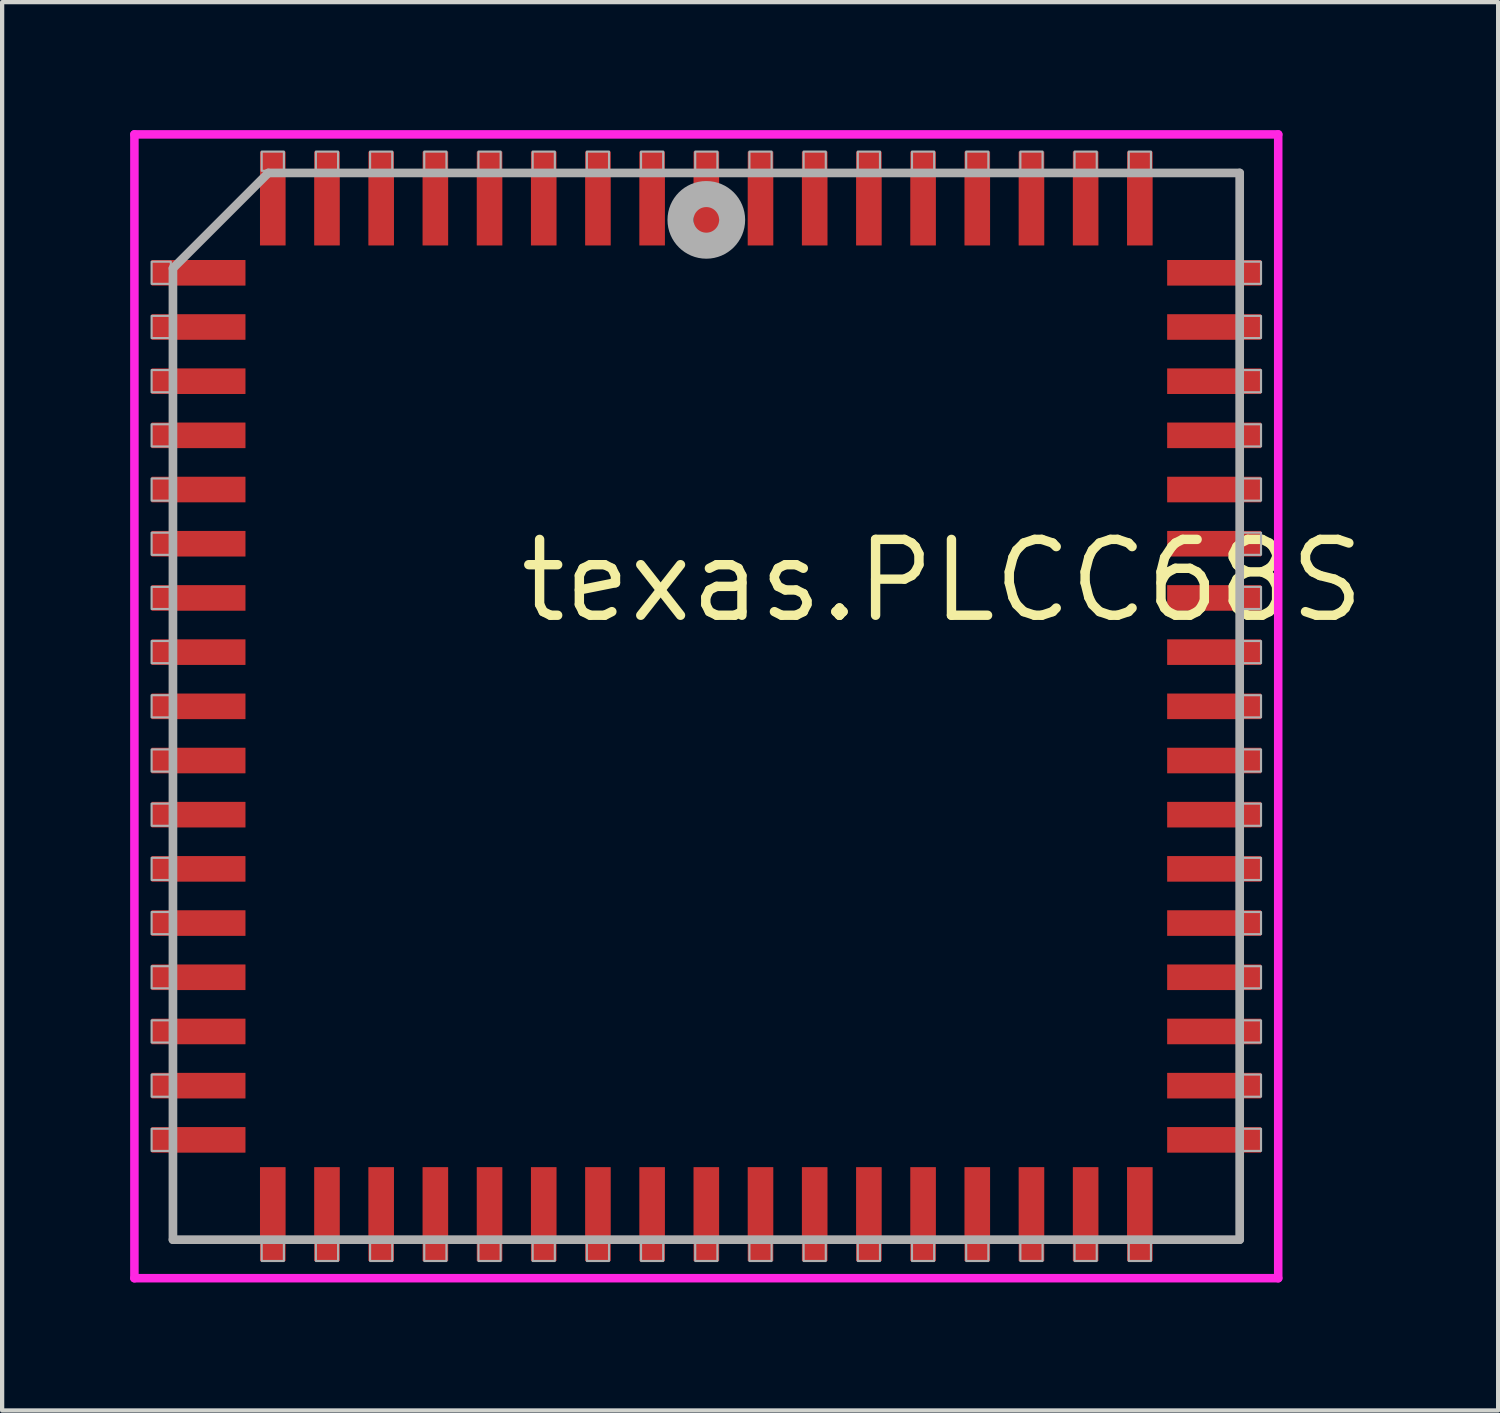
<source format=kicad_pcb>
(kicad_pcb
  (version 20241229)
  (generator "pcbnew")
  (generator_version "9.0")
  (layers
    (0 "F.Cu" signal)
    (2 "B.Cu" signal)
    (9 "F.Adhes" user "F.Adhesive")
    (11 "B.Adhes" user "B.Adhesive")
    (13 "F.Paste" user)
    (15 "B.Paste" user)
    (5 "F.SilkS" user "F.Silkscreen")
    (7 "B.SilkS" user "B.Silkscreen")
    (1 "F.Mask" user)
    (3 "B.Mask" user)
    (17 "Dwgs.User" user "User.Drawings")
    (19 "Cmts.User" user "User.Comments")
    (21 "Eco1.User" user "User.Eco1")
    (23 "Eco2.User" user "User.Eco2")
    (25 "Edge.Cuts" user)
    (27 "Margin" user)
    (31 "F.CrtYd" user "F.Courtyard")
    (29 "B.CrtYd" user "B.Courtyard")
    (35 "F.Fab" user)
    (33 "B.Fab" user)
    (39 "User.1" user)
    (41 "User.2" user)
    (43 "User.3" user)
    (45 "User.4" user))
  (footprint "texas.PLCC68S"
    (layer "F.Cu")
    (at 13.503 13.503)
    (property "Reference" "texas.PLCC68S" (at -4.475 -1.905 0) (layer "F.SilkS") (effects (font (size 1.778 1.778) (thickness 0.22)) (justify left bottom)))
    (attr smd)
    (fp_line (start -13.403 -13.403) (end 13.403 -13.403) (stroke (width 0.2) (type default)) (layer "F.CrtYd"))
    (fp_line (start -13.403 13.403) (end -13.403 -13.403) (stroke (width 0.2) (type default)) (layer "F.CrtYd"))
    (fp_line (start 13.403 -13.403) (end 13.403 13.403) (stroke (width 0.2) (type default)) (layer "F.CrtYd"))
    (fp_line (start 13.403 13.403) (end -13.403 13.403) (stroke (width 0.2) (type default)) (layer "F.CrtYd"))
    (fp_line (start -12.5 -10.265) (end -12.5 12.5) (stroke (width 0.203) (type default)) (layer "F.Fab"))
    (fp_line (start -12.5 12.5) (end 12.5 12.5) (stroke (width 0.203) (type default)) (layer "F.Fab"))
    (fp_line (start -10.265 -12.5) (end -12.5 -10.265) (stroke (width 0.203) (type default)) (layer "F.Fab"))
    (fp_line (start 12.5 -12.5) (end -10.265 -12.5) (stroke (width 0.203) (type default)) (layer "F.Fab"))
    (fp_line (start 12.5 12.5) (end 12.5 -12.5) (stroke (width 0.203) (type default)) (layer "F.Fab"))
    (fp_rect (start -13 -9.9) (end -12.55 -10.42) (stroke (width 0.05) (type default)) (fill no) (layer "F.Fab"))
    (fp_rect (start -13 -8.63) (end -12.55 -9.15) (stroke (width 0.05) (type default)) (fill no) (layer "F.Fab"))
    (fp_rect (start -13 -7.36) (end -12.55 -7.88) (stroke (width 0.05) (type default)) (fill no) (layer "F.Fab"))
    (fp_rect (start -13 -6.09) (end -12.55 -6.61) (stroke (width 0.05) (type default)) (fill no) (layer "F.Fab"))
    (fp_rect (start -13 -4.82) (end -12.55 -5.34) (stroke (width 0.05) (type default)) (fill no) (layer "F.Fab"))
    (fp_rect (start -13 -3.55) (end -12.55 -4.07) (stroke (width 0.05) (type default)) (fill no) (layer "F.Fab"))
    (fp_rect (start -13 -2.28) (end -12.55 -2.8) (stroke (width 0.05) (type default)) (fill no) (layer "F.Fab"))
    (fp_rect (start -13 -1.01) (end -12.55 -1.53) (stroke (width 0.05) (type default)) (fill no) (layer "F.Fab"))
    (fp_rect (start -13 0.26) (end -12.55 -0.26) (stroke (width 0.05) (type default)) (fill no) (layer "F.Fab"))
    (fp_rect (start -13 1.53) (end -12.55 1.01) (stroke (width 0.05) (type default)) (fill no) (layer "F.Fab"))
    (fp_rect (start -13 2.8) (end -12.55 2.28) (stroke (width 0.05) (type default)) (fill no) (layer "F.Fab"))
    (fp_rect (start -13 4.07) (end -12.55 3.55) (stroke (width 0.05) (type default)) (fill no) (layer "F.Fab"))
    (fp_rect (start -13 5.34) (end -12.55 4.82) (stroke (width 0.05) (type default)) (fill no) (layer "F.Fab"))
    (fp_rect (start -13 6.61) (end -12.55 6.09) (stroke (width 0.05) (type default)) (fill no) (layer "F.Fab"))
    (fp_rect (start -13 7.88) (end -12.55 7.36) (stroke (width 0.05) (type default)) (fill no) (layer "F.Fab"))
    (fp_rect (start -13 9.15) (end -12.55 8.63) (stroke (width 0.05) (type default)) (fill no) (layer "F.Fab"))
    (fp_rect (start -13 10.42) (end -12.55 9.9) (stroke (width 0.05) (type default)) (fill no) (layer "F.Fab"))
    (fp_rect (start -10.42 -12.55) (end -9.9 -13) (stroke (width 0.05) (type default)) (fill no) (layer "F.Fab"))
    (fp_rect (start -10.42 13) (end -9.9 12.55) (stroke (width 0.05) (type default)) (fill no) (layer "F.Fab"))
    (fp_rect (start -9.15 -12.55) (end -8.63 -13) (stroke (width 0.05) (type default)) (fill no) (layer "F.Fab"))
    (fp_rect (start -9.15 13) (end -8.63 12.55) (stroke (width 0.05) (type default)) (fill no) (layer "F.Fab"))
    (fp_rect (start -7.88 -12.55) (end -7.36 -13) (stroke (width 0.05) (type default)) (fill no) (layer "F.Fab"))
    (fp_rect (start -7.88 13) (end -7.36 12.55) (stroke (width 0.05) (type default)) (fill no) (layer "F.Fab"))
    (fp_rect (start -6.61 -12.55) (end -6.09 -13) (stroke (width 0.05) (type default)) (fill no) (layer "F.Fab"))
    (fp_rect (start -6.61 13) (end -6.09 12.55) (stroke (width 0.05) (type default)) (fill no) (layer "F.Fab"))
    (fp_rect (start -5.34 -12.55) (end -4.82 -13) (stroke (width 0.05) (type default)) (fill no) (layer "F.Fab"))
    (fp_rect (start -5.34 13) (end -4.82 12.55) (stroke (width 0.05) (type default)) (fill no) (layer "F.Fab"))
    (fp_rect (start -4.07 -12.55) (end -3.55 -13) (stroke (width 0.05) (type default)) (fill no) (layer "F.Fab"))
    (fp_rect (start -4.07 13) (end -3.55 12.55) (stroke (width 0.05) (type default)) (fill no) (layer "F.Fab"))
    (fp_rect (start -2.8 -12.55) (end -2.28 -13) (stroke (width 0.05) (type default)) (fill no) (layer "F.Fab"))
    (fp_rect (start -2.8 13) (end -2.28 12.55) (stroke (width 0.05) (type default)) (fill no) (layer "F.Fab"))
    (fp_rect (start -1.53 -12.55) (end -1.01 -13) (stroke (width 0.05) (type default)) (fill no) (layer "F.Fab"))
    (fp_rect (start -1.53 13) (end -1.01 12.55) (stroke (width 0.05) (type default)) (fill no) (layer "F.Fab"))
    (fp_rect (start -0.26 -12.55) (end 0.26 -13) (stroke (width 0.05) (type default)) (fill no) (layer "F.Fab"))
    (fp_rect (start -0.26 13) (end 0.26 12.55) (stroke (width 0.05) (type default)) (fill no) (layer "F.Fab"))
    (fp_rect (start 1.01 -12.55) (end 1.53 -13) (stroke (width 0.05) (type default)) (fill no) (layer "F.Fab"))
    (fp_rect (start 1.01 13) (end 1.53 12.55) (stroke (width 0.05) (type default)) (fill no) (layer "F.Fab"))
    (fp_rect (start 2.28 -12.55) (end 2.8 -13) (stroke (width 0.05) (type default)) (fill no) (layer "F.Fab"))
    (fp_rect (start 2.28 13) (end 2.8 12.55) (stroke (width 0.05) (type default)) (fill no) (layer "F.Fab"))
    (fp_rect (start 3.55 -12.55) (end 4.07 -13) (stroke (width 0.05) (type default)) (fill no) (layer "F.Fab"))
    (fp_rect (start 3.55 13) (end 4.07 12.55) (stroke (width 0.05) (type default)) (fill no) (layer "F.Fab"))
    (fp_rect (start 4.82 -12.55) (end 5.34 -13) (stroke (width 0.05) (type default)) (fill no) (layer "F.Fab"))
    (fp_rect (start 4.82 13) (end 5.34 12.55) (stroke (width 0.05) (type default)) (fill no) (layer "F.Fab"))
    (fp_rect (start 6.09 -12.55) (end 6.61 -13) (stroke (width 0.05) (type default)) (fill no) (layer "F.Fab"))
    (fp_rect (start 6.09 13) (end 6.61 12.55) (stroke (width 0.05) (type default)) (fill no) (layer "F.Fab"))
    (fp_rect (start 7.36 -12.55) (end 7.88 -13) (stroke (width 0.05) (type default)) (fill no) (layer "F.Fab"))
    (fp_rect (start 7.36 13) (end 7.88 12.55) (stroke (width 0.05) (type default)) (fill no) (layer "F.Fab"))
    (fp_rect (start 8.63 -12.55) (end 9.15 -13) (stroke (width 0.05) (type default)) (fill no) (layer "F.Fab"))
    (fp_rect (start 8.63 13) (end 9.15 12.55) (stroke (width 0.05) (type default)) (fill no) (layer "F.Fab"))
    (fp_rect (start 9.9 -12.55) (end 10.42 -13) (stroke (width 0.05) (type default)) (fill no) (layer "F.Fab"))
    (fp_rect (start 9.9 13) (end 10.42 12.55) (stroke (width 0.05) (type default)) (fill no) (layer "F.Fab"))
    (fp_rect (start 12.55 -9.9) (end 13 -10.42) (stroke (width 0.05) (type default)) (fill no) (layer "F.Fab"))
    (fp_rect (start 12.55 -8.63) (end 13 -9.15) (stroke (width 0.05) (type default)) (fill no) (layer "F.Fab"))
    (fp_rect (start 12.55 -7.36) (end 13 -7.88) (stroke (width 0.05) (type default)) (fill no) (layer "F.Fab"))
    (fp_rect (start 12.55 -6.09) (end 13 -6.61) (stroke (width 0.05) (type default)) (fill no) (layer "F.Fab"))
    (fp_rect (start 12.55 -4.82) (end 13 -5.34) (stroke (width 0.05) (type default)) (fill no) (layer "F.Fab"))
    (fp_rect (start 12.55 -3.55) (end 13 -4.07) (stroke (width 0.05) (type default)) (fill no) (layer "F.Fab"))
    (fp_rect (start 12.55 -2.28) (end 13 -2.8) (stroke (width 0.05) (type default)) (fill no) (layer "F.Fab"))
    (fp_rect (start 12.55 -1.01) (end 13 -1.53) (stroke (width 0.05) (type default)) (fill no) (layer "F.Fab"))
    (fp_rect (start 12.55 0.26) (end 13 -0.26) (stroke (width 0.05) (type default)) (fill no) (layer "F.Fab"))
    (fp_rect (start 12.55 1.53) (end 13 1.01) (stroke (width 0.05) (type default)) (fill no) (layer "F.Fab"))
    (fp_rect (start 12.55 2.8) (end 13 2.28) (stroke (width 0.05) (type default)) (fill no) (layer "F.Fab"))
    (fp_rect (start 12.55 4.07) (end 13 3.55) (stroke (width 0.05) (type default)) (fill no) (layer "F.Fab"))
    (fp_rect (start 12.55 5.34) (end 13 4.82) (stroke (width 0.05) (type default)) (fill no) (layer "F.Fab"))
    (fp_rect (start 12.55 6.61) (end 13 6.09) (stroke (width 0.05) (type default)) (fill no) (layer "F.Fab"))
    (fp_rect (start 12.55 7.88) (end 13 7.36) (stroke (width 0.05) (type default)) (fill no) (layer "F.Fab"))
    (fp_rect (start 12.55 9.15) (end 13 8.63) (stroke (width 0.05) (type default)) (fill no) (layer "F.Fab"))
    (fp_rect (start 12.55 10.42) (end 13 9.9) (stroke (width 0.05) (type default)) (fill no) (layer "F.Fab"))
    (fp_circle (center 0 -11.4) (end 0.3 -11.4) (stroke (width 0.61) (type default)) (fill no) (layer "F.Fab"))
    (pad "1" smd roundrect (at 0 -11.9) (size 0.6 2.2) (layers "F.Cu" "F.Mask" "F.Paste") (roundrect_rratio 0.01))
    (pad "2" smd roundrect (at -1.27 -11.9) (size 0.6 2.2) (layers "F.Cu" "F.Mask" "F.Paste") (roundrect_rratio 0.01))
    (pad "3" smd roundrect (at -2.54 -11.9) (size 0.6 2.2) (layers "F.Cu" "F.Mask" "F.Paste") (roundrect_rratio 0.01))
    (pad "4" smd roundrect (at -3.81 -11.9) (size 0.6 2.2) (layers "F.Cu" "F.Mask" "F.Paste") (roundrect_rratio 0.01))
    (pad "5" smd roundrect (at -5.08 -11.9) (size 0.6 2.2) (layers "F.Cu" "F.Mask" "F.Paste") (roundrect_rratio 0.01))
    (pad "6" smd roundrect (at -6.35 -11.9) (size 0.6 2.2) (layers "F.Cu" "F.Mask" "F.Paste") (roundrect_rratio 0.01))
    (pad "7" smd roundrect (at -7.62 -11.9) (size 0.6 2.2) (layers "F.Cu" "F.Mask" "F.Paste") (roundrect_rratio 0.01))
    (pad "8" smd roundrect (at -8.89 -11.9) (size 0.6 2.2) (layers "F.Cu" "F.Mask" "F.Paste") (roundrect_rratio 0.01))
    (pad "9" smd roundrect (at -10.16 -11.9) (size 0.6 2.2) (layers "F.Cu" "F.Mask" "F.Paste") (roundrect_rratio 0.01))
    (pad "10" smd roundrect (at -11.9 -10.16) (size 2.2 0.6) (layers "F.Cu" "F.Mask" "F.Paste") (roundrect_rratio 0.01))
    (pad "11" smd roundrect (at -11.9 -8.89) (size 2.2 0.6) (layers "F.Cu" "F.Mask" "F.Paste") (roundrect_rratio 0.01))
    (pad "12" smd roundrect (at -11.9 -7.62) (size 2.2 0.6) (layers "F.Cu" "F.Mask" "F.Paste") (roundrect_rratio 0.01))
    (pad "13" smd roundrect (at -11.9 -6.35) (size 2.2 0.6) (layers "F.Cu" "F.Mask" "F.Paste") (roundrect_rratio 0.01))
    (pad "14" smd roundrect (at -11.9 -5.08) (size 2.2 0.6) (layers "F.Cu" "F.Mask" "F.Paste") (roundrect_rratio 0.01))
    (pad "15" smd roundrect (at -11.9 -3.81) (size 2.2 0.6) (layers "F.Cu" "F.Mask" "F.Paste") (roundrect_rratio 0.01))
    (pad "16" smd roundrect (at -11.9 -2.54) (size 2.2 0.6) (layers "F.Cu" "F.Mask" "F.Paste") (roundrect_rratio 0.01))
    (pad "17" smd roundrect (at -11.9 -1.27) (size 2.2 0.6) (layers "F.Cu" "F.Mask" "F.Paste") (roundrect_rratio 0.01))
    (pad "18" smd roundrect (at -11.9 0) (size 2.2 0.6) (layers "F.Cu" "F.Mask" "F.Paste") (roundrect_rratio 0.01))
    (pad "19" smd roundrect (at -11.9 1.27) (size 2.2 0.6) (layers "F.Cu" "F.Mask" "F.Paste") (roundrect_rratio 0.01))
    (pad "20" smd roundrect (at -11.9 2.54) (size 2.2 0.6) (layers "F.Cu" "F.Mask" "F.Paste") (roundrect_rratio 0.01))
    (pad "21" smd roundrect (at -11.9 3.81) (size 2.2 0.6) (layers "F.Cu" "F.Mask" "F.Paste") (roundrect_rratio 0.01))
    (pad "22" smd roundrect (at -11.9 5.08) (size 2.2 0.6) (layers "F.Cu" "F.Mask" "F.Paste") (roundrect_rratio 0.01))
    (pad "23" smd roundrect (at -11.9 6.35) (size 2.2 0.6) (layers "F.Cu" "F.Mask" "F.Paste") (roundrect_rratio 0.01))
    (pad "24" smd roundrect (at -11.9 7.62) (size 2.2 0.6) (layers "F.Cu" "F.Mask" "F.Paste") (roundrect_rratio 0.01))
    (pad "25" smd roundrect (at -11.9 8.89) (size 2.2 0.6) (layers "F.Cu" "F.Mask" "F.Paste") (roundrect_rratio 0.01))
    (pad "26" smd roundrect (at -11.9 10.16) (size 2.2 0.6) (layers "F.Cu" "F.Mask" "F.Paste") (roundrect_rratio 0.01))
    (pad "27" smd roundrect (at -10.16 11.9) (size 0.6 2.2) (layers "F.Cu" "F.Mask" "F.Paste") (roundrect_rratio 0.01))
    (pad "28" smd roundrect (at -8.89 11.9) (size 0.6 2.2) (layers "F.Cu" "F.Mask" "F.Paste") (roundrect_rratio 0.01))
    (pad "29" smd roundrect (at -7.62 11.9) (size 0.6 2.2) (layers "F.Cu" "F.Mask" "F.Paste") (roundrect_rratio 0.01))
    (pad "30" smd roundrect (at -6.35 11.9) (size 0.6 2.2) (layers "F.Cu" "F.Mask" "F.Paste") (roundrect_rratio 0.01))
    (pad "31" smd roundrect (at -5.08 11.9) (size 0.6 2.2) (layers "F.Cu" "F.Mask" "F.Paste") (roundrect_rratio 0.01))
    (pad "32" smd roundrect (at -3.81 11.9) (size 0.6 2.2) (layers "F.Cu" "F.Mask" "F.Paste") (roundrect_rratio 0.01))
    (pad "33" smd roundrect (at -2.54 11.9) (size 0.6 2.2) (layers "F.Cu" "F.Mask" "F.Paste") (roundrect_rratio 0.01))
    (pad "34" smd roundrect (at -1.27 11.9) (size 0.6 2.2) (layers "F.Cu" "F.Mask" "F.Paste") (roundrect_rratio 0.01))
    (pad "35" smd roundrect (at 0 11.9) (size 0.6 2.2) (layers "F.Cu" "F.Mask" "F.Paste") (roundrect_rratio 0.01))
    (pad "36" smd roundrect (at 1.27 11.9) (size 0.6 2.2) (layers "F.Cu" "F.Mask" "F.Paste") (roundrect_rratio 0.01))
    (pad "37" smd roundrect (at 2.54 11.9) (size 0.6 2.2) (layers "F.Cu" "F.Mask" "F.Paste") (roundrect_rratio 0.01))
    (pad "38" smd roundrect (at 3.81 11.9) (size 0.6 2.2) (layers "F.Cu" "F.Mask" "F.Paste") (roundrect_rratio 0.01))
    (pad "39" smd roundrect (at 5.08 11.9) (size 0.6 2.2) (layers "F.Cu" "F.Mask" "F.Paste") (roundrect_rratio 0.01))
    (pad "40" smd roundrect (at 6.35 11.9) (size 0.6 2.2) (layers "F.Cu" "F.Mask" "F.Paste") (roundrect_rratio 0.01))
    (pad "41" smd roundrect (at 7.62 11.9) (size 0.6 2.2) (layers "F.Cu" "F.Mask" "F.Paste") (roundrect_rratio 0.01))
    (pad "42" smd roundrect (at 8.89 11.9) (size 0.6 2.2) (layers "F.Cu" "F.Mask" "F.Paste") (roundrect_rratio 0.01))
    (pad "43" smd roundrect (at 10.16 11.9) (size 0.6 2.2) (layers "F.Cu" "F.Mask" "F.Paste") (roundrect_rratio 0.01))
    (pad "44" smd roundrect (at 11.9 10.16) (size 2.2 0.6) (layers "F.Cu" "F.Mask" "F.Paste") (roundrect_rratio 0.01))
    (pad "45" smd roundrect (at 11.9 8.89) (size 2.2 0.6) (layers "F.Cu" "F.Mask" "F.Paste") (roundrect_rratio 0.01))
    (pad "46" smd roundrect (at 11.9 7.62) (size 2.2 0.6) (layers "F.Cu" "F.Mask" "F.Paste") (roundrect_rratio 0.01))
    (pad "47" smd roundrect (at 11.9 6.35) (size 2.2 0.6) (layers "F.Cu" "F.Mask" "F.Paste") (roundrect_rratio 0.01))
    (pad "48" smd roundrect (at 11.9 5.08) (size 2.2 0.6) (layers "F.Cu" "F.Mask" "F.Paste") (roundrect_rratio 0.01))
    (pad "49" smd roundrect (at 11.9 3.81) (size 2.2 0.6) (layers "F.Cu" "F.Mask" "F.Paste") (roundrect_rratio 0.01))
    (pad "50" smd roundrect (at 11.9 2.54) (size 2.2 0.6) (layers "F.Cu" "F.Mask" "F.Paste") (roundrect_rratio 0.01))
    (pad "51" smd roundrect (at 11.9 1.27) (size 2.2 0.6) (layers "F.Cu" "F.Mask" "F.Paste") (roundrect_rratio 0.01))
    (pad "52" smd roundrect (at 11.9 0) (size 2.2 0.6) (layers "F.Cu" "F.Mask" "F.Paste") (roundrect_rratio 0.01))
    (pad "53" smd roundrect (at 11.9 -1.27) (size 2.2 0.6) (layers "F.Cu" "F.Mask" "F.Paste") (roundrect_rratio 0.01))
    (pad "54" smd roundrect (at 11.9 -2.54) (size 2.2 0.6) (layers "F.Cu" "F.Mask" "F.Paste") (roundrect_rratio 0.01))
    (pad "55" smd roundrect (at 11.9 -3.81) (size 2.2 0.6) (layers "F.Cu" "F.Mask" "F.Paste") (roundrect_rratio 0.01))
    (pad "56" smd roundrect (at 11.9 -5.08) (size 2.2 0.6) (layers "F.Cu" "F.Mask" "F.Paste") (roundrect_rratio 0.01))
    (pad "57" smd roundrect (at 11.9 -6.35) (size 2.2 0.6) (layers "F.Cu" "F.Mask" "F.Paste") (roundrect_rratio 0.01))
    (pad "58" smd roundrect (at 11.9 -7.62) (size 2.2 0.6) (layers "F.Cu" "F.Mask" "F.Paste") (roundrect_rratio 0.01))
    (pad "59" smd roundrect (at 11.9 -8.89) (size 2.2 0.6) (layers "F.Cu" "F.Mask" "F.Paste") (roundrect_rratio 0.01))
    (pad "60" smd roundrect (at 11.9 -10.16) (size 2.2 0.6) (layers "F.Cu" "F.Mask" "F.Paste") (roundrect_rratio 0.01))
    (pad "61" smd roundrect (at 10.16 -11.9) (size 0.6 2.2) (layers "F.Cu" "F.Mask" "F.Paste") (roundrect_rratio 0.01))
    (pad "62" smd roundrect (at 8.89 -11.9) (size 0.6 2.2) (layers "F.Cu" "F.Mask" "F.Paste") (roundrect_rratio 0.01))
    (pad "63" smd roundrect (at 7.62 -11.9) (size 0.6 2.2) (layers "F.Cu" "F.Mask" "F.Paste") (roundrect_rratio 0.01))
    (pad "64" smd roundrect (at 6.35 -11.9) (size 0.6 2.2) (layers "F.Cu" "F.Mask" "F.Paste") (roundrect_rratio 0.01))
    (pad "65" smd roundrect (at 5.08 -11.9) (size 0.6 2.2) (layers "F.Cu" "F.Mask" "F.Paste") (roundrect_rratio 0.01))
    (pad "66" smd roundrect (at 3.81 -11.9) (size 0.6 2.2) (layers "F.Cu" "F.Mask" "F.Paste") (roundrect_rratio 0.01))
    (pad "67" smd roundrect (at 2.54 -11.9) (size 0.6 2.2) (layers "F.Cu" "F.Mask" "F.Paste") (roundrect_rratio 0.01))
    (pad "68" smd roundrect (at 1.27 -11.9) (size 0.6 2.2) (layers "F.Cu" "F.Mask" "F.Paste") (roundrect_rratio 0.01)))
  (gr_rect
    (start -3 -3)
    (end 32.06 30.006)
    (stroke (width 0.1) (type default))
    (fill no)
    (layer "Edge.Cuts")))
</source>
